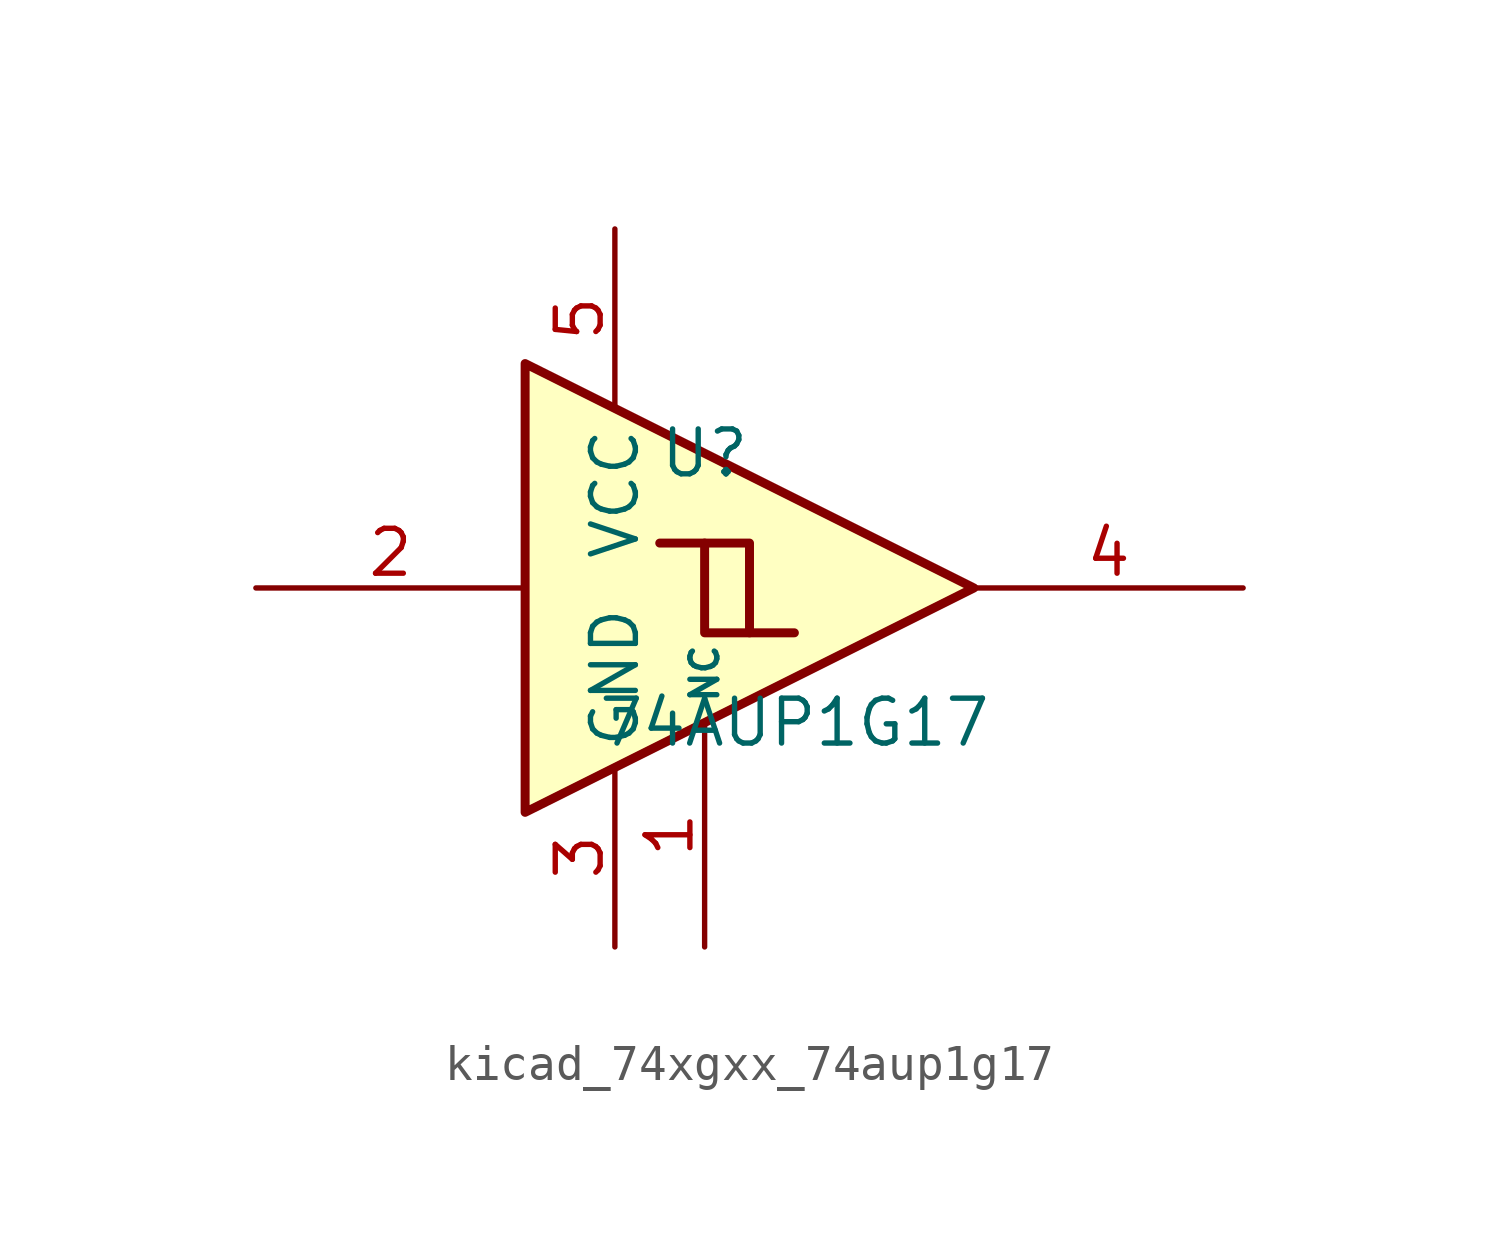
<source format=kicad_sym>
(kicad_symbol_lib
  (version 20220914)
  (generator kicad_symbol_editor)
  (symbol "kicad_74xgxx_74aup1g17"
    (property "Reference" "U"
      (at -2.54 3.81 0)
      (effects (font (size 1.27 1.27))))
    (property "Value" "74AUP1G17"
      (at 0 -3.81 0)
      (effects (font (size 1.27 1.27))))
    (symbol "kicad_74xgxx_74aup1g17_0_1"
      (polyline (pts (xy -2.54 1.27) (xy -1.27 1.27) (xy -1.27 -1.27)) (stroke (width 0.254) (type default)) (fill (type background)))
      (polyline (pts (xy -7.62 6.35) (xy -7.62 -6.35) (xy 5.08 0) (xy -7.62 6.35)) (stroke (width 0.254) (type default)) (fill (type background)))
      (polyline (pts (xy -3.81 1.27) (xy -2.54 1.27) (xy -2.54 -1.27) (xy 0 -1.27)) (stroke (width 0.254) (type default)) (fill (type background))))
    (symbol "kicad_74xgxx_74aup1g17_1_1"
      (pin free line (at -2.54 -10.16 90) (length 6.35) (name "NC" (effects (font (size 0.762 0.762)))) (number "1" (effects (font (size 1.27 1.27)))))
      (pin input line (at -15.24 0 0) (length 7.62) (name "~" (effects (font (size 1.27 1.27)))) (number "2" (effects (font (size 1.27 1.27)))))
      (pin power_in line (at -5.08 -10.16 90) (length 5.08) (name "GND" (effects (font (size 1.27 1.27)))) (number "3" (effects (font (size 1.27 1.27)))))
      (pin output line (at 12.7 0 180) (length 7.62) (name "~" (effects (font (size 1.27 1.27)))) (number "4" (effects (font (size 1.27 1.27)))))
      (pin power_in line (at -5.08 10.16 270) (length 5.08) (name "VCC" (effects (font (size 1.27 1.27)))) (number "5" (effects (font (size 1.27 1.27))))))))
</source>
